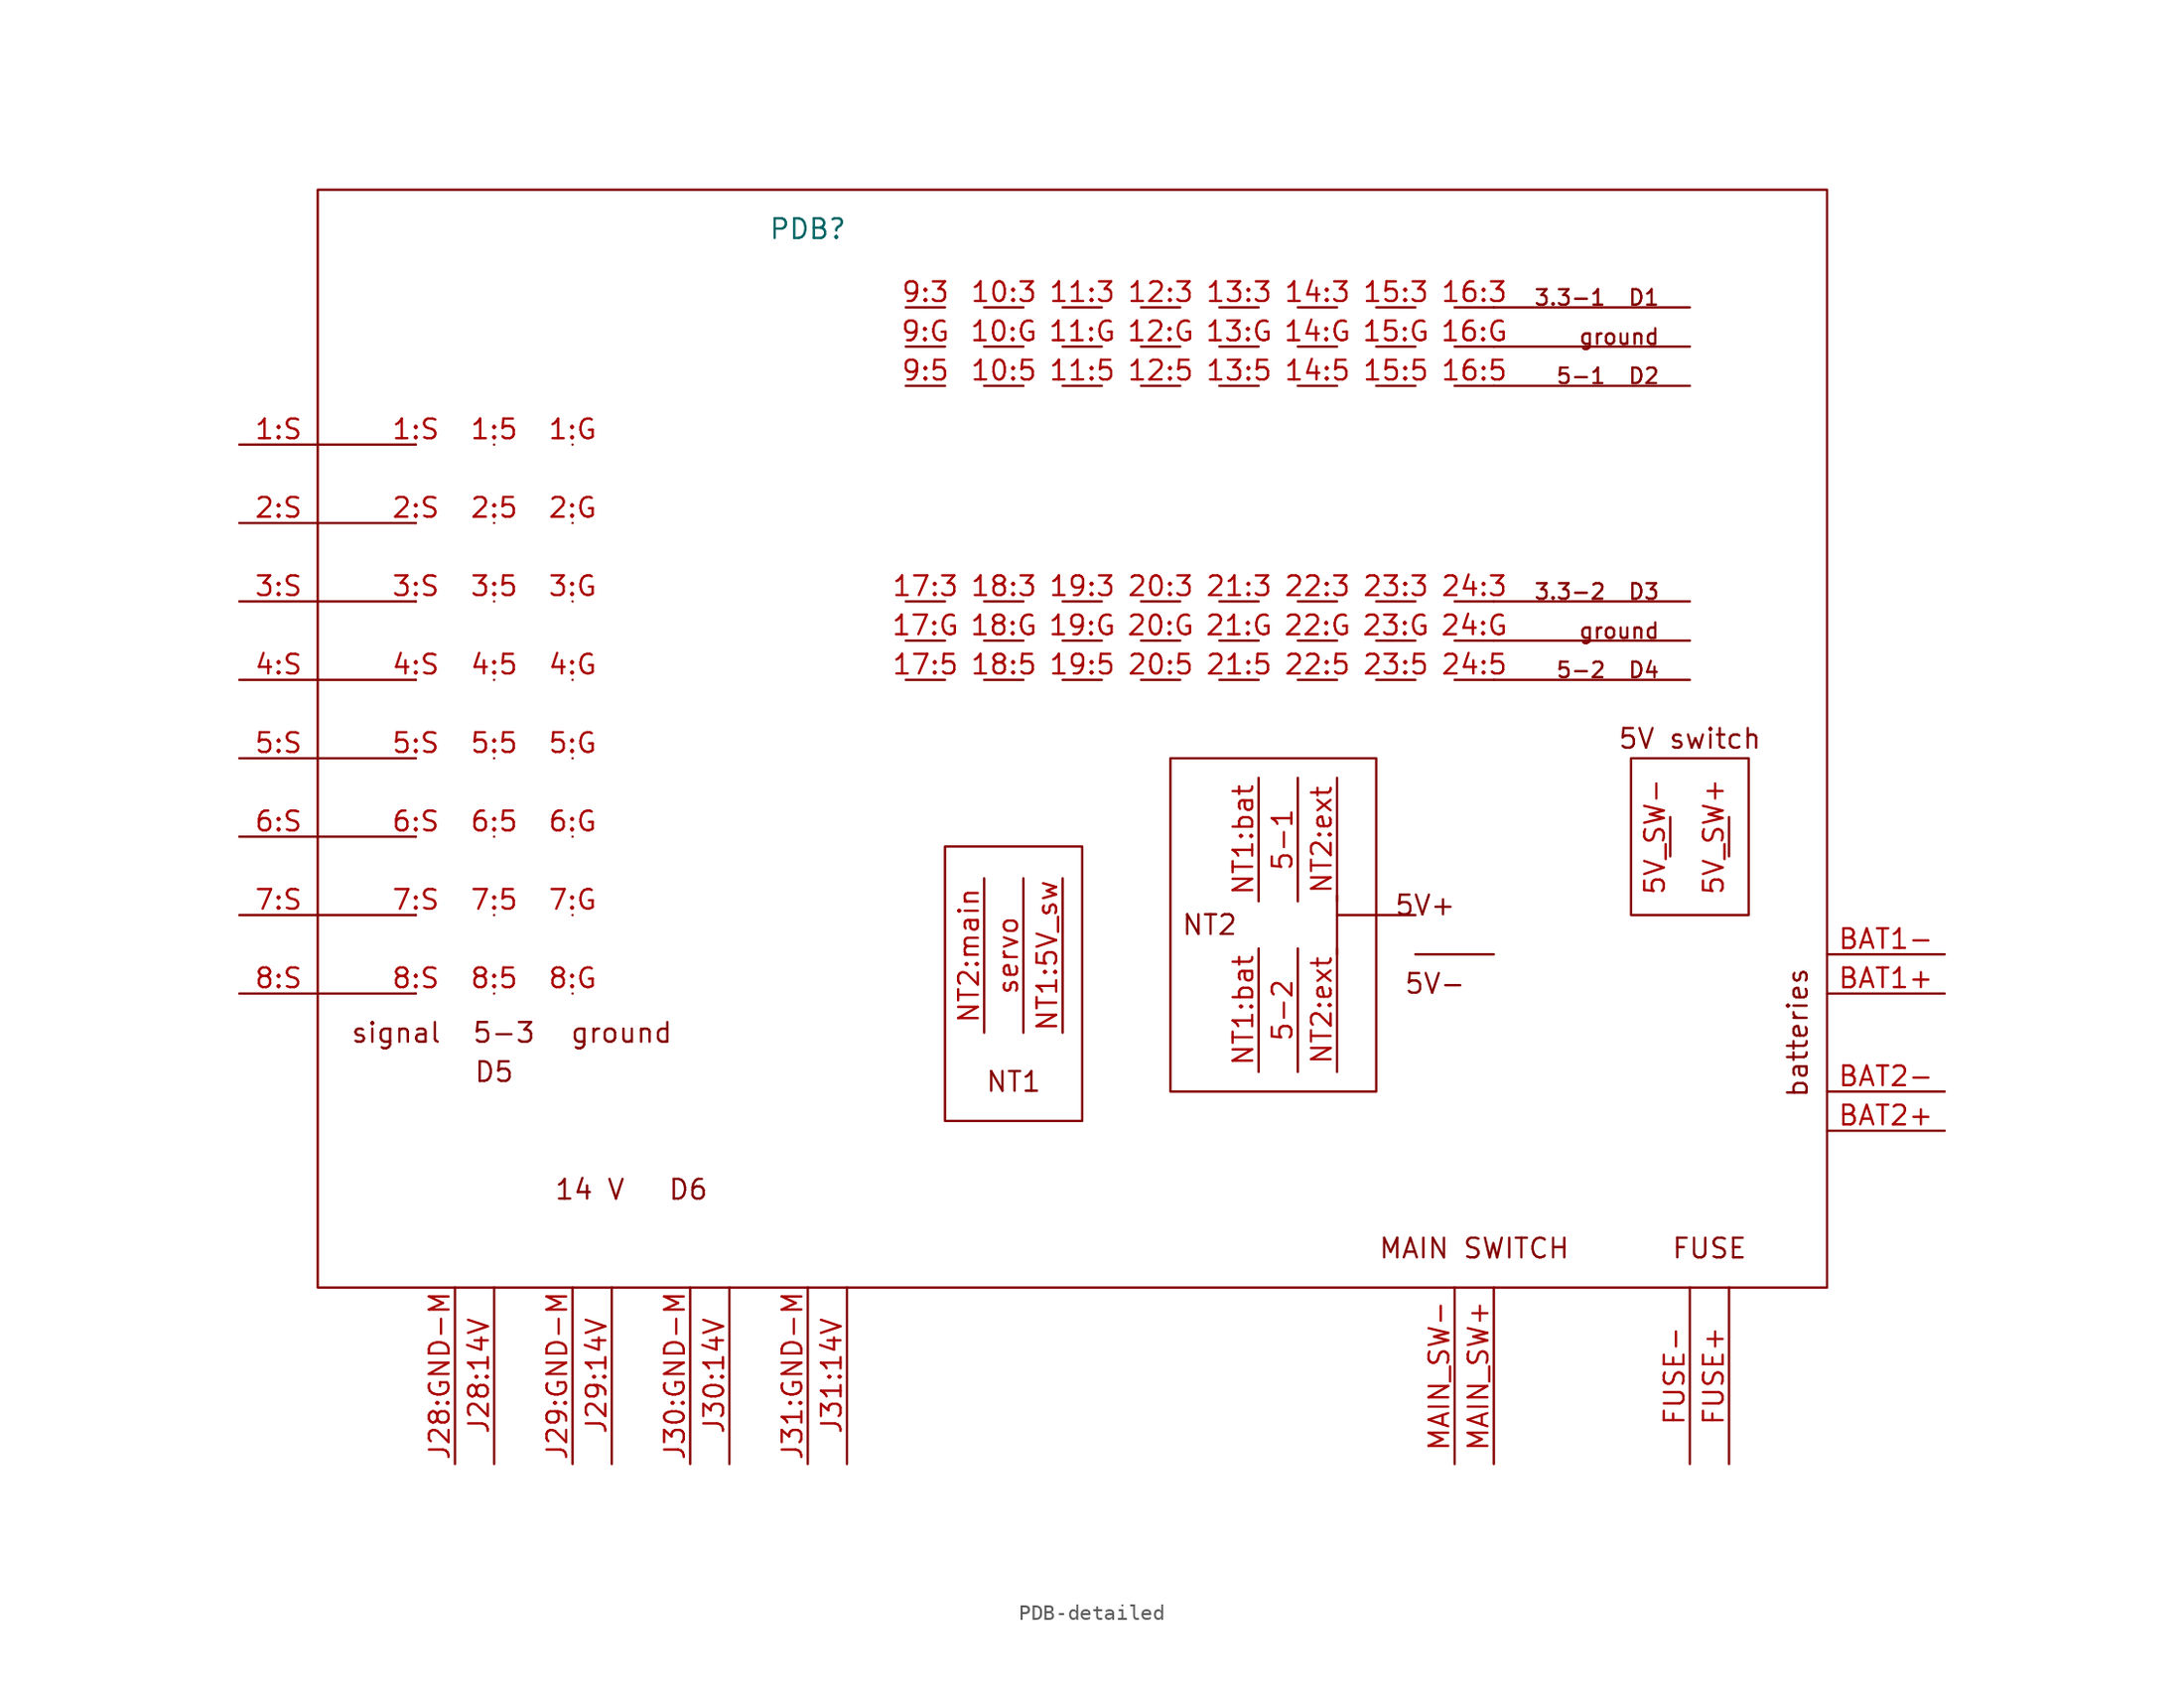
<source format=kicad_sym>
(kicad_symbol_lib
  (version 20220914)
  (generator kicad_symbol_editor)
  (symbol "PDB-detailed"
    (property "Reference" "PDB"
      (at 31.75 -2.54 0)
      (effects (font (size 1.27 1.27))))
    (property "Value" ""
      (at 26.67 -13.97 0)
      (effects (font (size 1.27 1.27))))
    (symbol "PDB-detailed_0_1"
      (polyline (pts (xy 0 -52.07) (xy 6.35 -52.07)) (stroke (width 0) (type default)) (fill (type none)))
      (polyline (pts (xy 0 -41.91) (xy 6.35 -41.91)) (stroke (width 0) (type default)) (fill (type none)))
      (polyline (pts (xy 0 -31.75) (xy 6.35 -31.75)) (stroke (width 0) (type default)) (fill (type none)))
      (polyline (pts (xy 0 -21.59) (xy 6.35 -21.59)) (stroke (width 0) (type default)) (fill (type none)))
      (polyline (pts (xy 6.35 -46.99) (xy 0 -46.99)) (stroke (width 0) (type default)) (fill (type none)))
      (polyline (pts (xy 6.35 -36.83) (xy 0 -36.83)) (stroke (width 0) (type default)) (fill (type none)))
      (polyline (pts (xy 6.35 -26.67) (xy 0 -26.67)) (stroke (width 0) (type default)) (fill (type none)))
      (polyline (pts (xy 6.35 -16.51) (xy 0 -16.51)) (stroke (width 0) (type default)) (fill (type none)))
      (polyline (pts (xy 66.04 -45.72) (xy 66.04 -49.53)) (stroke (width 0) (type default)) (fill (type none)))
      (polyline (pts (xy 76.2 -31.75) (xy 88.9 -31.75)) (stroke (width 0) (type default)) (fill (type none)))
      (polyline (pts (xy 76.2 -29.21) (xy 88.9 -29.21)) (stroke (width 0) (type default)) (fill (type none)))
      (polyline (pts (xy 76.2 -26.67) (xy 88.9 -26.67)) (stroke (width 0) (type default)) (fill (type none)))
      (polyline (pts (xy 76.2 -12.7) (xy 88.9 -12.7)) (stroke (width 0) (type default)) (fill (type none)))
      (polyline (pts (xy 76.2 -10.16) (xy 88.9 -10.16)) (stroke (width 0) (type default)) (fill (type none)))
      (polyline (pts (xy 76.2 -7.62) (xy 88.9 -7.62)) (stroke (width 0) (type default)) (fill (type none)))
      (rectangle (start 0 0) (end 97.79 -71.12) (stroke (width 0) (type default)) (fill (type none)))
      (rectangle (start 40.64 -42.545) (end 49.53 -60.325) (stroke (width 0) (type default)) (fill (type none)))
      (rectangle (start 55.245 -36.83) (end 68.58 -58.42) (stroke (width 0) (type default)) (fill (type none)))
      (rectangle (start 85.09 -36.83) (end 92.71 -46.99) (stroke (width 0) (type default)) (fill (type none)))
      (text "14 V   D6" (at 20.32 -64.77 0) (effects (font (size 1.27 1.27))))
      (text "3.3-1  D1" (at 86.995 -6.985 0) (effects (font (size 1 1)) (justify right)))
      (text "3.3-2  D3" (at 86.995 -26.035 0) (effects (font (size 1 1)) (justify right)))
      (text "5-1  D2" (at 86.995 -12.065 0) (effects (font (size 1 1)) (justify right)))
      (text "5-2  D4" (at 86.995 -31.115 0) (effects (font (size 1 1)) (justify right)))
      (text "5-3" (at 12.065 -54.61 0) (effects (font (size 1.27 1.27))))
      (text "5V switch" (at 88.9 -35.56 0) (effects (font (size 1.27 1.27))))
      (text "5V+" (at 71.755 -46.355 0) (effects (font (size 1.27 1.27))))
      (text "5V-" (at 72.39 -51.435 0) (effects (font (size 1.27 1.27))))
      (text "batteries\n" (at 95.885 -54.61 900) (effects (font (size 1.27 1.27))))
      (text "D5" (at 11.43 -57.15 0) (effects (font (size 1.27 1.27))))
      (text "FUSE" (at 90.17 -68.58 0) (effects (font (size 1.27 1.27))))
      (text "ground" (at 19.685 -54.61 0) (effects (font (size 1.27 1.27))))
      (text "ground\n" (at 86.995 -28.575 0) (effects (font (size 1 1)) (justify right)))
      (text "ground\n" (at 86.995 -9.525 0) (effects (font (size 1 1)) (justify right)))
      (text "MAIN SWITCH" (at 74.93 -68.58 0) (effects (font (size 1.27 1.27))))
      (text "NT1" (at 45.085 -57.785 0) (effects (font (size 1.27 1.27))))
      (text "NT2" (at 57.785 -47.625 0) (effects (font (size 1.27 1.27))))
      (text "signal" (at 5.08 -54.61 0) (effects (font (size 1.27 1.27)))))
    (symbol "PDB-detailed_1_1"
      (pin power_in line (at 71.12 -49.53 0) (length 5.08) (name "" (effects (font (size 1.27 1.27)))) (number "" (effects (font (size 1.27 1.27)))))
      (pin power_in line (at 71.12 -46.99 180) (length 5.08) (name "" (effects (font (size 1.27 1.27)))) (number "" (effects (font (size 1.27 1.27)))))
      (pin power_out line (at 43.18 -7.62 0) (length 2.54) (name "" (effects (font (size 1.27 1.27)))) (number "10:3" (effects (font (size 1.27 1.27)))))
      (pin power_out line (at 43.18 -12.7 0) (length 2.54) (name "" (effects (font (size 1.27 1.27)))) (number "10:5" (effects (font (size 1.27 1.27)))))
      (pin power_out line (at 43.18 -10.16 0) (length 2.54) (name "" (effects (font (size 1.27 1.27)))) (number "10:G" (effects (font (size 1.27 1.27)))))
      (pin power_out line (at 48.26 -7.62 0) (length 2.54) (name "" (effects (font (size 1.27 1.27)))) (number "11:3" (effects (font (size 1.27 1.27)))))
      (pin power_out line (at 48.26 -12.7 0) (length 2.54) (name "" (effects (font (size 1.27 1.27)))) (number "11:5" (effects (font (size 1.27 1.27)))))
      (pin power_out line (at 48.26 -10.16 0) (length 2.54) (name "" (effects (font (size 1.27 1.27)))) (number "11:G" (effects (font (size 1.27 1.27)))))
      (pin power_out line (at 53.34 -7.62 0) (length 2.54) (name "" (effects (font (size 1.27 1.27)))) (number "12:3" (effects (font (size 1.27 1.27)))))
      (pin power_out line (at 53.34 -12.7 0) (length 2.54) (name "" (effects (font (size 1.27 1.27)))) (number "12:5" (effects (font (size 1.27 1.27)))))
      (pin power_out line (at 53.34 -10.16 0) (length 2.54) (name "" (effects (font (size 1.27 1.27)))) (number "12:G" (effects (font (size 1.27 1.27)))))
      (pin power_out line (at 58.42 -7.62 0) (length 2.54) (name "" (effects (font (size 1.27 1.27)))) (number "13:3" (effects (font (size 1.27 1.27)))))
      (pin power_out line (at 58.42 -12.7 0) (length 2.54) (name "" (effects (font (size 1.27 1.27)))) (number "13:5" (effects (font (size 1.27 1.27)))))
      (pin power_out line (at 58.42 -10.16 0) (length 2.54) (name "" (effects (font (size 1.27 1.27)))) (number "13:G" (effects (font (size 1.27 1.27)))))
      (pin power_out line (at 63.5 -7.62 0) (length 2.54) (name "" (effects (font (size 1.27 1.27)))) (number "14:3" (effects (font (size 1.27 1.27)))))
      (pin power_out line (at 63.5 -12.7 0) (length 2.54) (name "" (effects (font (size 1.27 1.27)))) (number "14:5" (effects (font (size 1.27 1.27)))))
      (pin power_out line (at 63.5 -10.16 0) (length 2.54) (name "" (effects (font (size 1.27 1.27)))) (number "14:G" (effects (font (size 1.27 1.27)))))
      (pin power_out line (at 68.58 -7.62 0) (length 2.54) (name "" (effects (font (size 1.27 1.27)))) (number "15:3" (effects (font (size 1.27 1.27)))))
      (pin power_out line (at 68.58 -12.7 0) (length 2.54) (name "" (effects (font (size 1.27 1.27)))) (number "15:5" (effects (font (size 1.27 1.27)))))
      (pin power_out line (at 68.58 -10.16 0) (length 2.54) (name "" (effects (font (size 1.27 1.27)))) (number "15:G" (effects (font (size 1.27 1.27)))))
      (pin power_out line (at 73.66 -7.62 0) (length 2.54) (name "" (effects (font (size 1.27 1.27)))) (number "16:3" (effects (font (size 1.27 1.27)))))
      (pin power_out line (at 73.66 -12.7 0) (length 2.54) (name "" (effects (font (size 1.27 1.27)))) (number "16:5" (effects (font (size 1.27 1.27)))))
      (pin power_out line (at 73.66 -10.16 0) (length 2.54) (name "" (effects (font (size 1.27 1.27)))) (number "16:G" (effects (font (size 1.27 1.27)))))
      (pin power_out line (at 38.1 -26.67 0) (length 2.54) (name "" (effects (font (size 1.27 1.27)))) (number "17:3" (effects (font (size 1.27 1.27)))))
      (pin power_out line (at 38.1 -31.75 0) (length 2.54) (name "" (effects (font (size 1.27 1.27)))) (number "17:5" (effects (font (size 1.27 1.27)))))
      (pin power_out line (at 38.1 -29.21 0) (length 2.54) (name "" (effects (font (size 1.27 1.27)))) (number "17:G" (effects (font (size 1.27 1.27)))))
      (pin power_out line (at 43.18 -26.67 0) (length 2.54) (name "" (effects (font (size 1.27 1.27)))) (number "18:3" (effects (font (size 1.27 1.27)))))
      (pin power_out line (at 43.18 -31.75 0) (length 2.54) (name "" (effects (font (size 1.27 1.27)))) (number "18:5" (effects (font (size 1.27 1.27)))))
      (pin power_out line (at 43.18 -29.21 0) (length 2.54) (name "" (effects (font (size 1.27 1.27)))) (number "18:G" (effects (font (size 1.27 1.27)))))
      (pin power_out line (at 48.26 -26.67 0) (length 2.54) (name "" (effects (font (size 1.27 1.27)))) (number "19:3" (effects (font (size 1.27 1.27)))))
      (pin power_out line (at 48.26 -31.75 0) (length 2.54) (name "" (effects (font (size 1.27 1.27)))) (number "19:5" (effects (font (size 1.27 1.27)))))
      (pin power_out line (at 48.26 -29.21 0) (length 2.54) (name "" (effects (font (size 1.27 1.27)))) (number "19:G" (effects (font (size 1.27 1.27)))))
      (pin power_out line (at 11.43 -16.51 180) (length 0) (name "" (effects (font (size 1.27 1.27)))) (number "1:5" (effects (font (size 1.27 1.27)))))
      (pin power_out line (at 16.51 -16.51 180) (length 0) (name "" (effects (font (size 1.27 1.27)))) (number "1:G" (effects (font (size 1.27 1.27)))))
      (pin bidirectional line (at -5.08 -16.51 0) (length 5.08) (name "" (effects (font (size 1.27 1.27)))) (number "1:S" (effects (font (size 1.27 1.27)))))
      (pin bidirectional line (at 6.35 -16.51 180) (length 0) (name "" (effects (font (size 1.27 1.27)))) (number "1:S" (effects (font (size 1.27 1.27)))))
      (pin power_out line (at 53.34 -26.67 0) (length 2.54) (name "" (effects (font (size 1.27 1.27)))) (number "20:3" (effects (font (size 1.27 1.27)))))
      (pin power_out line (at 53.34 -31.75 0) (length 2.54) (name "" (effects (font (size 1.27 1.27)))) (number "20:5" (effects (font (size 1.27 1.27)))))
      (pin power_out line (at 53.34 -29.21 0) (length 2.54) (name "" (effects (font (size 1.27 1.27)))) (number "20:G" (effects (font (size 1.27 1.27)))))
      (pin power_out line (at 58.42 -26.67 0) (length 2.54) (name "" (effects (font (size 1.27 1.27)))) (number "21:3" (effects (font (size 1.27 1.27)))))
      (pin power_out line (at 58.42 -31.75 0) (length 2.54) (name "" (effects (font (size 1.27 1.27)))) (number "21:5" (effects (font (size 1.27 1.27)))))
      (pin power_out line (at 58.42 -29.21 0) (length 2.54) (name "" (effects (font (size 1.27 1.27)))) (number "21:G" (effects (font (size 1.27 1.27)))))
      (pin power_out line (at 63.5 -26.67 0) (length 2.54) (name "" (effects (font (size 1.27 1.27)))) (number "22:3" (effects (font (size 1.27 1.27)))))
      (pin power_out line (at 63.5 -31.75 0) (length 2.54) (name "" (effects (font (size 1.27 1.27)))) (number "22:5" (effects (font (size 1.27 1.27)))))
      (pin power_out line (at 63.5 -29.21 0) (length 2.54) (name "" (effects (font (size 1.27 1.27)))) (number "22:G" (effects (font (size 1.27 1.27)))))
      (pin power_out line (at 68.58 -26.67 0) (length 2.54) (name "" (effects (font (size 1.27 1.27)))) (number "23:3" (effects (font (size 1.27 1.27)))))
      (pin power_out line (at 68.58 -31.75 0) (length 2.54) (name "" (effects (font (size 1.27 1.27)))) (number "23:5" (effects (font (size 1.27 1.27)))))
      (pin power_out line (at 68.58 -29.21 0) (length 2.54) (name "" (effects (font (size 1.27 1.27)))) (number "23:G" (effects (font (size 1.27 1.27)))))
      (pin power_out line (at 73.66 -26.67 0) (length 2.54) (name "" (effects (font (size 1.27 1.27)))) (number "24:3" (effects (font (size 1.27 1.27)))))
      (pin power_out line (at 73.66 -31.75 0) (length 2.54) (name "" (effects (font (size 1.27 1.27)))) (number "24:5" (effects (font (size 1.27 1.27)))))
      (pin power_out line (at 73.66 -29.21 0) (length 2.54) (name "" (effects (font (size 1.27 1.27)))) (number "24:G" (effects (font (size 1.27 1.27)))))
      (pin power_out line (at 11.43 -21.59 180) (length 0) (name "" (effects (font (size 1.27 1.27)))) (number "2:5" (effects (font (size 1.27 1.27)))))
      (pin power_out line (at 16.51 -21.59 180) (length 0) (name "" (effects (font (size 1.27 1.27)))) (number "2:G" (effects (font (size 1.27 1.27)))))
      (pin bidirectional line (at -5.08 -21.59 0) (length 5.08) (name "" (effects (font (size 1.27 1.27)))) (number "2:S" (effects (font (size 1.27 1.27)))))
      (pin bidirectional line (at 6.35 -21.59 180) (length 0) (name "" (effects (font (size 1.27 1.27)))) (number "2:S" (effects (font (size 1.27 1.27)))))
      (pin power_out line (at 11.43 -26.67 180) (length 0) (name "" (effects (font (size 1.27 1.27)))) (number "3:5" (effects (font (size 1.27 1.27)))))
      (pin power_out line (at 16.51 -26.67 180) (length 0) (name "" (effects (font (size 1.27 1.27)))) (number "3:G" (effects (font (size 1.27 1.27)))))
      (pin bidirectional line (at -5.08 -26.67 0) (length 5.08) (name "" (effects (font (size 1.27 1.27)))) (number "3:S" (effects (font (size 1.27 1.27)))))
      (pin bidirectional line (at 6.35 -26.67 180) (length 0) (name "" (effects (font (size 1.27 1.27)))) (number "3:S" (effects (font (size 1.27 1.27)))))
      (pin power_out line (at 11.43 -31.75 180) (length 0) (name "" (effects (font (size 1.27 1.27)))) (number "4:5" (effects (font (size 1.27 1.27)))))
      (pin power_out line (at 16.51 -31.75 180) (length 0) (name "" (effects (font (size 1.27 1.27)))) (number "4:G" (effects (font (size 1.27 1.27)))))
      (pin bidirectional line (at -5.08 -31.75 0) (length 5.08) (name "" (effects (font (size 1.27 1.27)))) (number "4:S" (effects (font (size 1.27 1.27)))))
      (pin bidirectional line (at 6.35 -31.75 180) (length 0) (name "" (effects (font (size 1.27 1.27)))) (number "4:S" (effects (font (size 1.27 1.27)))))
      (pin power_in line (at 63.5 -38.1 270) (length 8) (name "" (effects (font (size 1.27 1.27)))) (number "5-1" (effects (font (size 1.27 1.27)))))
      (pin power_in line (at 63.5 -57.15 90) (length 8) (name "" (effects (font (size 1.27 1.27)))) (number "5-2" (effects (font (size 1.27 1.27)))))
      (pin power_out line (at 11.43 -36.83 180) (length 0) (name "" (effects (font (size 1.27 1.27)))) (number "5:5" (effects (font (size 1.27 1.27)))))
      (pin power_out line (at 16.51 -36.83 180) (length 0) (name "" (effects (font (size 1.27 1.27)))) (number "5:G" (effects (font (size 1.27 1.27)))))
      (pin bidirectional line (at -5.08 -36.83 0) (length 5.08) (name "" (effects (font (size 1.27 1.27)))) (number "5:S" (effects (font (size 1.27 1.27)))))
      (pin bidirectional line (at 6.35 -36.83 180) (length 0) (name "" (effects (font (size 1.27 1.27)))) (number "5:S" (effects (font (size 1.27 1.27)))))
      (pin power_out line (at 91.44 -43.18 90) (length 2.54) (name "" (effects (font (size 1.27 1.27)))) (number "5V_SW+" (effects (font (size 1.27 1.27)))))
      (pin power_out line (at 87.63 -43.18 90) (length 2.54) (name "" (effects (font (size 1.27 1.27)))) (number "5V_SW-" (effects (font (size 1.27 1.27)))))
      (pin power_out line (at 11.43 -41.91 180) (length 0) (name "" (effects (font (size 1.27 1.27)))) (number "6:5" (effects (font (size 1.27 1.27)))))
      (pin power_out line (at 16.51 -41.91 180) (length 0) (name "" (effects (font (size 1.27 1.27)))) (number "6:G" (effects (font (size 1.27 1.27)))))
      (pin bidirectional line (at -5.08 -41.91 0) (length 5.08) (name "" (effects (font (size 1.27 1.27)))) (number "6:S" (effects (font (size 1.27 1.27)))))
      (pin bidirectional line (at 6.35 -41.91 180) (length 0) (name "" (effects (font (size 1.27 1.27)))) (number "6:S" (effects (font (size 1.27 1.27)))))
      (pin power_out line (at 11.43 -46.99 180) (length 0) (name "" (effects (font (size 1.27 1.27)))) (number "7:5" (effects (font (size 1.27 1.27)))))
      (pin power_out line (at 16.51 -46.99 180) (length 0) (name "" (effects (font (size 1.27 1.27)))) (number "7:G" (effects (font (size 1.27 1.27)))))
      (pin bidirectional line (at -5.08 -46.99 0) (length 5.08) (name "" (effects (font (size 1.27 1.27)))) (number "7:S" (effects (font (size 1.27 1.27)))))
      (pin bidirectional line (at 6.35 -46.99 180) (length 0) (name "" (effects (font (size 1.27 1.27)))) (number "7:S" (effects (font (size 1.27 1.27)))))
      (pin power_out line (at 11.43 -52.07 180) (length 0) (name "" (effects (font (size 1.27 1.27)))) (number "8:5" (effects (font (size 1.27 1.27)))))
      (pin power_out line (at 16.51 -52.07 180) (length 0) (name "" (effects (font (size 1.27 1.27)))) (number "8:G" (effects (font (size 1.27 1.27)))))
      (pin bidirectional line (at -5.08 -52.07 0) (length 5.08) (name "" (effects (font (size 1.27 1.27)))) (number "8:S" (effects (font (size 1.27 1.27)))))
      (pin bidirectional line (at 6.35 -52.07 180) (length 0) (name "" (effects (font (size 1.27 1.27)))) (number "8:S" (effects (font (size 1.27 1.27)))))
      (pin power_out line (at 38.1 -7.62 0) (length 2.54) (name "" (effects (font (size 1.27 1.27)))) (number "9:3" (effects (font (size 1.27 1.27)))))
      (pin power_out line (at 38.1 -12.7 0) (length 2.54) (name "" (effects (font (size 1.27 1.27)))) (number "9:5" (effects (font (size 1.27 1.27)))))
      (pin power_out line (at 38.1 -10.16 0) (length 2.54) (name "" (effects (font (size 1.27 1.27)))) (number "9:G" (effects (font (size 1.27 1.27)))))
      (pin power_in line (at 105.41 -52.07 180) (length 7.62) (name "" (effects (font (size 1.27 1.27)))) (number "BAT1+" (effects (font (size 1.27 1.27)))))
      (pin power_in line (at 105.41 -49.53 180) (length 7.62) (name "" (effects (font (size 1.27 1.27)))) (number "BAT1-" (effects (font (size 1.27 1.27)))))
      (pin power_in line (at 105.41 -60.96 180) (length 7.62) (name "" (effects (font (size 1.27 1.27)))) (number "BAT2+" (effects (font (size 1.27 1.27)))))
      (pin power_in line (at 105.41 -58.42 180) (length 7.62) (name "" (effects (font (size 1.27 1.27)))) (number "BAT2-" (effects (font (size 1.27 1.27)))))
      (pin power_out line (at 91.44 -82.55 90) (length 11.43) (name "" (effects (font (size 1.27 1.27)))) (number "FUSE+" (effects (font (size 1.27 1.27)))))
      (pin power_in line (at 88.9 -82.55 90) (length 11.43) (name "" (effects (font (size 1.27 1.27)))) (number "FUSE-" (effects (font (size 1.27 1.27)))))
      (pin power_out line (at 11.43 -82.55 90) (length 11.43) (name "" (effects (font (size 1.27 1.27)))) (number "J28:14V" (effects (font (size 1.27 1.27)))))
      (pin power_out line (at 8.89 -82.55 90) (length 11.43) (name "" (effects (font (size 1.27 1.27)))) (number "J28:GND-M" (effects (font (size 1.27 1.27)))))
      (pin power_out line (at 19.05 -82.55 90) (length 11.43) (name "" (effects (font (size 1.27 1.27)))) (number "J29:14V" (effects (font (size 1.27 1.27)))))
      (pin power_out line (at 16.51 -82.55 90) (length 11.43) (name "" (effects (font (size 1.27 1.27)))) (number "J29:GND-M" (effects (font (size 1.27 1.27)))))
      (pin power_out line (at 26.67 -82.55 90) (length 11.43) (name "" (effects (font (size 1.27 1.27)))) (number "J30:14V" (effects (font (size 1.27 1.27)))))
      (pin power_out line (at 24.13 -82.55 90) (length 11.43) (name "" (effects (font (size 1.27 1.27)))) (number "J30:GND-M" (effects (font (size 1.27 1.27)))))
      (pin power_out line (at 34.29 -82.55 90) (length 11.43) (name "" (effects (font (size 1.27 1.27)))) (number "J31:14V" (effects (font (size 1.27 1.27)))))
      (pin power_out line (at 31.75 -82.55 90) (length 11.43) (name "" (effects (font (size 1.27 1.27)))) (number "J31:GND-M" (effects (font (size 1.27 1.27)))))
      (pin power_out line (at 76.2 -82.55 90) (length 11.43) (name "" (effects (font (size 1.27 1.27)))) (number "MAIN_SW+" (effects (font (size 1.27 1.27)))))
      (pin power_in line (at 73.66 -82.55 90) (length 11.43) (name "" (effects (font (size 1.27 1.27)))) (number "MAIN_SW-" (effects (font (size 1.27 1.27)))))
      (pin power_out line (at 48.26 -54.61 90) (length 10) (name "" (effects (font (size 1.27 1.27)))) (number "NT1:5V_sw" (effects (font (size 1.27 1.27)))))
      (pin power_out line (at 60.96 -57.15 90) (length 8) (name "" (effects (font (size 1.27 1.27)))) (number "NT1:bat" (effects (font (size 1.27 1.27)))))
      (pin power_out line (at 60.96 -38.1 270) (length 8) (name "" (effects (font (size 1.27 1.27)))) (number "NT1:bat" (effects (font (size 1.27 1.27)))))
      (pin power_out line (at 66.04 -57.15 90) (length 8) (name "" (effects (font (size 1.27 1.27)))) (number "NT2:ext" (effects (font (size 1.27 1.27)))))
      (pin power_out line (at 66.04 -38.1 270) (length 8) (name "" (effects (font (size 1.27 1.27)))) (number "NT2:ext" (effects (font (size 1.27 1.27)))))
      (pin power_out line (at 43.18 -54.61 90) (length 10) (name "" (effects (font (size 1.27 1.27)))) (number "NT2:main" (effects (font (size 1.27 1.27)))))
      (pin power_in line (at 45.72 -54.61 90) (length 10) (name "" (effects (font (size 1.27 1.27)))) (number "servo" (effects (font (size 1.27 1.27))))))))
</source>
